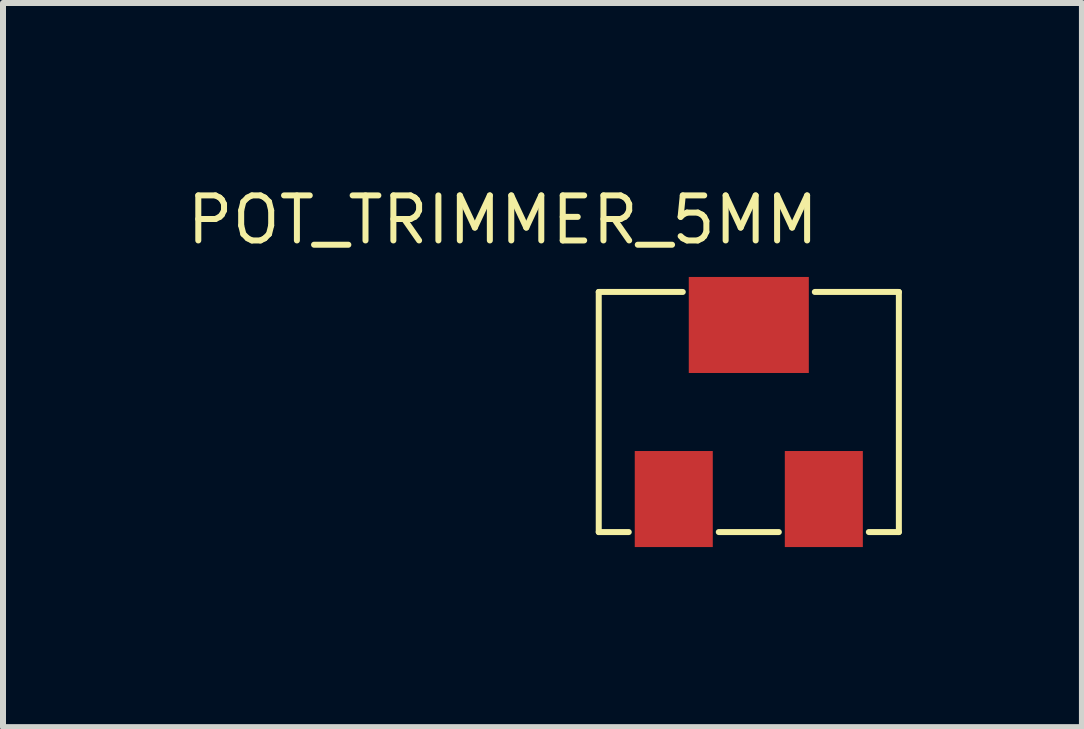
<source format=kicad_pcb>
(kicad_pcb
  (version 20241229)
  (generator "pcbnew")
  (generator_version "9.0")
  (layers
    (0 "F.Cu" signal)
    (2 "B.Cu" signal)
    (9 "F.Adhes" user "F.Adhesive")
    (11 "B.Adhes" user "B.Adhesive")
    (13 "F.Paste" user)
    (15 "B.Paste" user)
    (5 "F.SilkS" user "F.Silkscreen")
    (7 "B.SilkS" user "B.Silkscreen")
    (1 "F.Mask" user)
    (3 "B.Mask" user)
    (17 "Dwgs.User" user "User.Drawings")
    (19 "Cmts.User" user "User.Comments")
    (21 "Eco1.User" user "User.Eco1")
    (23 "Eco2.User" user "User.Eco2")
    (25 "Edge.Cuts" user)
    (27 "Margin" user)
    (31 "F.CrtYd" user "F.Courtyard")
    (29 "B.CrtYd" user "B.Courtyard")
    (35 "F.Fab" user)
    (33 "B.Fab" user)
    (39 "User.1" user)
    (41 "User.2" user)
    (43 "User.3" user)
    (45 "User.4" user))
  (footprint "POT_TRIMMER_5MM"
    (layer "F.Cu")
    (at 9.425 3.814)
    (property "Reference" "POT_TRIMMER_5MM" (at -4.1 -3.2 0) (layer "F.SilkS") (effects (font (size 0.75 0.75) (thickness 0.1))))
    (attr through_hole)
    (fp_line (start -2.5 -2) (end -2.5 2) (stroke (width 0.1) (type solid)) (layer "F.SilkS"))
    (fp_line (start -2.5 2) (end -2 2) (stroke (width 0.1) (type solid)) (layer "F.SilkS"))
    (fp_line (start -1.1 -2) (end -2.5 -2) (stroke (width 0.1) (type solid)) (layer "F.SilkS"))
    (fp_line (start -0.5 2) (end 0.5 2) (stroke (width 0.1) (type solid)) (layer "F.SilkS"))
    (fp_line (start 2 2) (end 2.5 2) (stroke (width 0.1) (type solid)) (layer "F.SilkS"))
    (fp_line (start 2.5 -2) (end 1.1 -2) (stroke (width 0.1) (type solid)) (layer "F.SilkS"))
    (fp_line (start 2.5 2) (end 2.5 -2) (stroke (width 0.1) (type solid)) (layer "F.SilkS"))
    (pad "1" smd rect (at -1.25 1.45) (size 1.3 1.6) (layers "F.Cu" "F.Mask" "F.Paste"))
    (pad "2" smd rect (at 1.25 1.45) (size 1.3 1.6) (layers "F.Cu" "F.Mask" "F.Paste"))
    (pad "3" smd rect (at 0 -1.45) (size 2 1.6) (layers "F.Cu" "F.Mask" "F.Paste")))
  (gr_rect
    (start -3 -3)
    (end 14.975 9.064)
    (stroke (width 0.1) (type default))
    (fill no)
    (layer "Edge.Cuts")))
</source>
